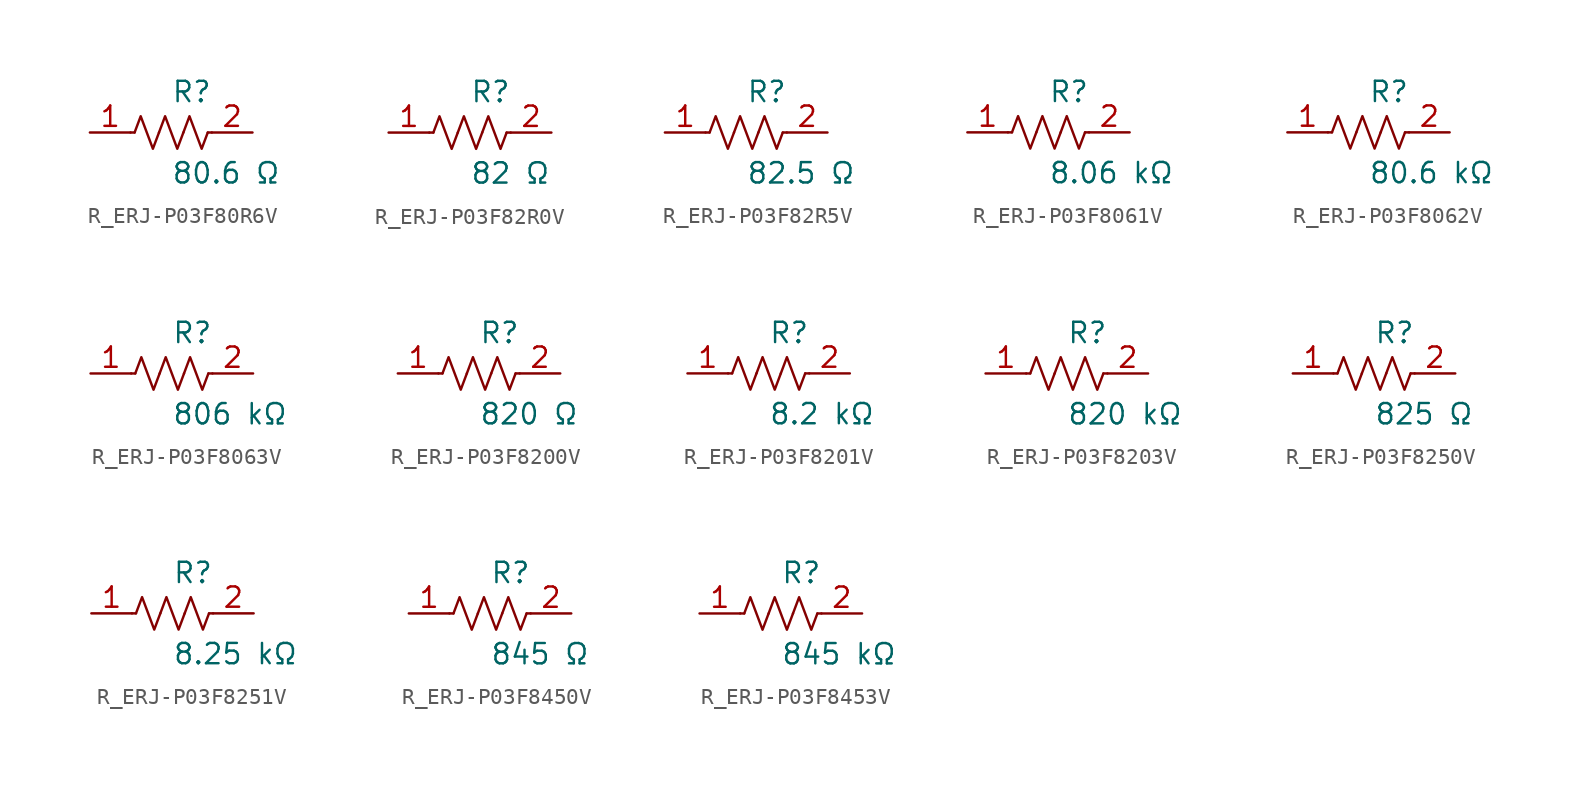
<source format=kicad_sym>
(kicad_symbol_lib
  (version 20231120)
  (generator kicad_symbol_editor)
  (generator_version 8.0)
  (symbol "R_ERJ-P03F80R6V"
    (pin_names
      (offset 0.254))
    (property "Reference" "R"
      (at 0.0 2.54 0)
      (effects (font (size 1.27 1.27)) (justify left)))
    (property "Value" "80.6 Ω"
      (at 0.0 -2.54 0)
      (effects (font (size 1.27 1.27)) (justify left)))
    (symbol "R_ERJ-P03F80R6V_0_1"
      (polyline (pts (xy 2.286 0) (xy 2.54 0)) (stroke (width 0) (type default)) (fill (type none)))
      (polyline (pts (xy -2.286 0) (xy -2.54 0)) (stroke (width 0) (type default)) (fill (type none)))
      (polyline (pts (xy 0.762 0) (xy 1.143 1.016) (xy 1.524 0) (xy 1.905 -1.016) (xy 2.286 0)) (stroke (width 0) (type default)) (fill (type none)))
      (polyline (pts (xy -0.762 0) (xy -0.381 1.016) (xy 0 0) (xy 0.381 -1.016) (xy 0.762 0)) (stroke (width 0) (type default)) (fill (type none)))
      (polyline (pts (xy -2.286 0) (xy -1.905 1.016) (xy -1.524 0) (xy -1.143 -1.016) (xy -0.762 0)) (stroke (width 0) (type default)) (fill (type none))))
    (pin unspecified line
      (at -5.08 0 0)
      (length 2.54)
      (name "" (effects (font (size 1.27 1.27))))
      (number "1" (effects (font (size 1.27 1.27)))))
    (pin unspecified line
      (at 5.08 0 180)
      (length 2.54)
      (name "" (effects (font (size 1.27 1.27))))
      (number "2" (effects (font (size 1.27 1.27))))))
  (symbol "R_ERJ-P03F82R0V"
    (pin_names
      (offset 0.254))
    (property "Reference" "R"
      (at 0.0 2.54 0)
      (effects (font (size 1.27 1.27)) (justify left)))
    (property "Value" "82 Ω"
      (at 0.0 -2.54 0)
      (effects (font (size 1.27 1.27)) (justify left)))
    (symbol "R_ERJ-P03F82R0V_0_1"
      (polyline (pts (xy 2.286 0) (xy 2.54 0)) (stroke (width 0) (type default)) (fill (type none)))
      (polyline (pts (xy -2.286 0) (xy -2.54 0)) (stroke (width 0) (type default)) (fill (type none)))
      (polyline (pts (xy 0.762 0) (xy 1.143 1.016) (xy 1.524 0) (xy 1.905 -1.016) (xy 2.286 0)) (stroke (width 0) (type default)) (fill (type none)))
      (polyline (pts (xy -0.762 0) (xy -0.381 1.016) (xy 0 0) (xy 0.381 -1.016) (xy 0.762 0)) (stroke (width 0) (type default)) (fill (type none)))
      (polyline (pts (xy -2.286 0) (xy -1.905 1.016) (xy -1.524 0) (xy -1.143 -1.016) (xy -0.762 0)) (stroke (width 0) (type default)) (fill (type none))))
    (pin unspecified line
      (at -5.08 0 0)
      (length 2.54)
      (name "" (effects (font (size 1.27 1.27))))
      (number "1" (effects (font (size 1.27 1.27)))))
    (pin unspecified line
      (at 5.08 0 180)
      (length 2.54)
      (name "" (effects (font (size 1.27 1.27))))
      (number "2" (effects (font (size 1.27 1.27))))))
  (symbol "R_ERJ-P03F82R5V"
    (pin_names
      (offset 0.254))
    (property "Reference" "R"
      (at 0.0 2.54 0)
      (effects (font (size 1.27 1.27)) (justify left)))
    (property "Value" "82.5 Ω"
      (at 0.0 -2.54 0)
      (effects (font (size 1.27 1.27)) (justify left)))
    (symbol "R_ERJ-P03F82R5V_0_1"
      (polyline (pts (xy 2.286 0) (xy 2.54 0)) (stroke (width 0) (type default)) (fill (type none)))
      (polyline (pts (xy -2.286 0) (xy -2.54 0)) (stroke (width 0) (type default)) (fill (type none)))
      (polyline (pts (xy 0.762 0) (xy 1.143 1.016) (xy 1.524 0) (xy 1.905 -1.016) (xy 2.286 0)) (stroke (width 0) (type default)) (fill (type none)))
      (polyline (pts (xy -0.762 0) (xy -0.381 1.016) (xy 0 0) (xy 0.381 -1.016) (xy 0.762 0)) (stroke (width 0) (type default)) (fill (type none)))
      (polyline (pts (xy -2.286 0) (xy -1.905 1.016) (xy -1.524 0) (xy -1.143 -1.016) (xy -0.762 0)) (stroke (width 0) (type default)) (fill (type none))))
    (pin unspecified line
      (at -5.08 0 0)
      (length 2.54)
      (name "" (effects (font (size 1.27 1.27))))
      (number "1" (effects (font (size 1.27 1.27)))))
    (pin unspecified line
      (at 5.08 0 180)
      (length 2.54)
      (name "" (effects (font (size 1.27 1.27))))
      (number "2" (effects (font (size 1.27 1.27))))))
  (symbol "R_ERJ-P03F8061V"
    (pin_names
      (offset 0.254))
    (property "Reference" "R"
      (at 0.0 2.54 0)
      (effects (font (size 1.27 1.27)) (justify left)))
    (property "Value" "8.06 kΩ"
      (at 0.0 -2.54 0)
      (effects (font (size 1.27 1.27)) (justify left)))
    (symbol "R_ERJ-P03F8061V_0_1"
      (polyline (pts (xy 2.286 0) (xy 2.54 0)) (stroke (width 0) (type default)) (fill (type none)))
      (polyline (pts (xy -2.286 0) (xy -2.54 0)) (stroke (width 0) (type default)) (fill (type none)))
      (polyline (pts (xy 0.762 0) (xy 1.143 1.016) (xy 1.524 0) (xy 1.905 -1.016) (xy 2.286 0)) (stroke (width 0) (type default)) (fill (type none)))
      (polyline (pts (xy -0.762 0) (xy -0.381 1.016) (xy 0 0) (xy 0.381 -1.016) (xy 0.762 0)) (stroke (width 0) (type default)) (fill (type none)))
      (polyline (pts (xy -2.286 0) (xy -1.905 1.016) (xy -1.524 0) (xy -1.143 -1.016) (xy -0.762 0)) (stroke (width 0) (type default)) (fill (type none))))
    (pin unspecified line
      (at -5.08 0 0)
      (length 2.54)
      (name "" (effects (font (size 1.27 1.27))))
      (number "1" (effects (font (size 1.27 1.27)))))
    (pin unspecified line
      (at 5.08 0 180)
      (length 2.54)
      (name "" (effects (font (size 1.27 1.27))))
      (number "2" (effects (font (size 1.27 1.27))))))
  (symbol "R_ERJ-P03F8062V"
    (pin_names
      (offset 0.254))
    (property "Reference" "R"
      (at 0.0 2.54 0)
      (effects (font (size 1.27 1.27)) (justify left)))
    (property "Value" "80.6 kΩ"
      (at 0.0 -2.54 0)
      (effects (font (size 1.27 1.27)) (justify left)))
    (symbol "R_ERJ-P03F8062V_0_1"
      (polyline (pts (xy 2.286 0) (xy 2.54 0)) (stroke (width 0) (type default)) (fill (type none)))
      (polyline (pts (xy -2.286 0) (xy -2.54 0)) (stroke (width 0) (type default)) (fill (type none)))
      (polyline (pts (xy 0.762 0) (xy 1.143 1.016) (xy 1.524 0) (xy 1.905 -1.016) (xy 2.286 0)) (stroke (width 0) (type default)) (fill (type none)))
      (polyline (pts (xy -0.762 0) (xy -0.381 1.016) (xy 0 0) (xy 0.381 -1.016) (xy 0.762 0)) (stroke (width 0) (type default)) (fill (type none)))
      (polyline (pts (xy -2.286 0) (xy -1.905 1.016) (xy -1.524 0) (xy -1.143 -1.016) (xy -0.762 0)) (stroke (width 0) (type default)) (fill (type none))))
    (pin unspecified line
      (at -5.08 0 0)
      (length 2.54)
      (name "" (effects (font (size 1.27 1.27))))
      (number "1" (effects (font (size 1.27 1.27)))))
    (pin unspecified line
      (at 5.08 0 180)
      (length 2.54)
      (name "" (effects (font (size 1.27 1.27))))
      (number "2" (effects (font (size 1.27 1.27))))))
  (symbol "R_ERJ-P03F8063V"
    (pin_names
      (offset 0.254))
    (property "Reference" "R"
      (at 0.0 2.54 0)
      (effects (font (size 1.27 1.27)) (justify left)))
    (property "Value" "806 kΩ"
      (at 0.0 -2.54 0)
      (effects (font (size 1.27 1.27)) (justify left)))
    (symbol "R_ERJ-P03F8063V_0_1"
      (polyline (pts (xy 2.286 0) (xy 2.54 0)) (stroke (width 0) (type default)) (fill (type none)))
      (polyline (pts (xy -2.286 0) (xy -2.54 0)) (stroke (width 0) (type default)) (fill (type none)))
      (polyline (pts (xy 0.762 0) (xy 1.143 1.016) (xy 1.524 0) (xy 1.905 -1.016) (xy 2.286 0)) (stroke (width 0) (type default)) (fill (type none)))
      (polyline (pts (xy -0.762 0) (xy -0.381 1.016) (xy 0 0) (xy 0.381 -1.016) (xy 0.762 0)) (stroke (width 0) (type default)) (fill (type none)))
      (polyline (pts (xy -2.286 0) (xy -1.905 1.016) (xy -1.524 0) (xy -1.143 -1.016) (xy -0.762 0)) (stroke (width 0) (type default)) (fill (type none))))
    (pin unspecified line
      (at -5.08 0 0)
      (length 2.54)
      (name "" (effects (font (size 1.27 1.27))))
      (number "1" (effects (font (size 1.27 1.27)))))
    (pin unspecified line
      (at 5.08 0 180)
      (length 2.54)
      (name "" (effects (font (size 1.27 1.27))))
      (number "2" (effects (font (size 1.27 1.27))))))
  (symbol "R_ERJ-P03F8200V"
    (pin_names
      (offset 0.254))
    (property "Reference" "R"
      (at 0.0 2.54 0)
      (effects (font (size 1.27 1.27)) (justify left)))
    (property "Value" "820 Ω"
      (at 0.0 -2.54 0)
      (effects (font (size 1.27 1.27)) (justify left)))
    (symbol "R_ERJ-P03F8200V_0_1"
      (polyline (pts (xy 2.286 0) (xy 2.54 0)) (stroke (width 0) (type default)) (fill (type none)))
      (polyline (pts (xy -2.286 0) (xy -2.54 0)) (stroke (width 0) (type default)) (fill (type none)))
      (polyline (pts (xy 0.762 0) (xy 1.143 1.016) (xy 1.524 0) (xy 1.905 -1.016) (xy 2.286 0)) (stroke (width 0) (type default)) (fill (type none)))
      (polyline (pts (xy -0.762 0) (xy -0.381 1.016) (xy 0 0) (xy 0.381 -1.016) (xy 0.762 0)) (stroke (width 0) (type default)) (fill (type none)))
      (polyline (pts (xy -2.286 0) (xy -1.905 1.016) (xy -1.524 0) (xy -1.143 -1.016) (xy -0.762 0)) (stroke (width 0) (type default)) (fill (type none))))
    (pin unspecified line
      (at -5.08 0 0)
      (length 2.54)
      (name "" (effects (font (size 1.27 1.27))))
      (number "1" (effects (font (size 1.27 1.27)))))
    (pin unspecified line
      (at 5.08 0 180)
      (length 2.54)
      (name "" (effects (font (size 1.27 1.27))))
      (number "2" (effects (font (size 1.27 1.27))))))
  (symbol "R_ERJ-P03F8201V"
    (pin_names
      (offset 0.254))
    (property "Reference" "R"
      (at 0.0 2.54 0)
      (effects (font (size 1.27 1.27)) (justify left)))
    (property "Value" "8.2 kΩ"
      (at 0.0 -2.54 0)
      (effects (font (size 1.27 1.27)) (justify left)))
    (symbol "R_ERJ-P03F8201V_0_1"
      (polyline (pts (xy 2.286 0) (xy 2.54 0)) (stroke (width 0) (type default)) (fill (type none)))
      (polyline (pts (xy -2.286 0) (xy -2.54 0)) (stroke (width 0) (type default)) (fill (type none)))
      (polyline (pts (xy 0.762 0) (xy 1.143 1.016) (xy 1.524 0) (xy 1.905 -1.016) (xy 2.286 0)) (stroke (width 0) (type default)) (fill (type none)))
      (polyline (pts (xy -0.762 0) (xy -0.381 1.016) (xy 0 0) (xy 0.381 -1.016) (xy 0.762 0)) (stroke (width 0) (type default)) (fill (type none)))
      (polyline (pts (xy -2.286 0) (xy -1.905 1.016) (xy -1.524 0) (xy -1.143 -1.016) (xy -0.762 0)) (stroke (width 0) (type default)) (fill (type none))))
    (pin unspecified line
      (at -5.08 0 0)
      (length 2.54)
      (name "" (effects (font (size 1.27 1.27))))
      (number "1" (effects (font (size 1.27 1.27)))))
    (pin unspecified line
      (at 5.08 0 180)
      (length 2.54)
      (name "" (effects (font (size 1.27 1.27))))
      (number "2" (effects (font (size 1.27 1.27))))))
  (symbol "R_ERJ-P03F8203V"
    (pin_names
      (offset 0.254))
    (property "Reference" "R"
      (at 0.0 2.54 0)
      (effects (font (size 1.27 1.27)) (justify left)))
    (property "Value" "820 kΩ"
      (at 0.0 -2.54 0)
      (effects (font (size 1.27 1.27)) (justify left)))
    (symbol "R_ERJ-P03F8203V_0_1"
      (polyline (pts (xy 2.286 0) (xy 2.54 0)) (stroke (width 0) (type default)) (fill (type none)))
      (polyline (pts (xy -2.286 0) (xy -2.54 0)) (stroke (width 0) (type default)) (fill (type none)))
      (polyline (pts (xy 0.762 0) (xy 1.143 1.016) (xy 1.524 0) (xy 1.905 -1.016) (xy 2.286 0)) (stroke (width 0) (type default)) (fill (type none)))
      (polyline (pts (xy -0.762 0) (xy -0.381 1.016) (xy 0 0) (xy 0.381 -1.016) (xy 0.762 0)) (stroke (width 0) (type default)) (fill (type none)))
      (polyline (pts (xy -2.286 0) (xy -1.905 1.016) (xy -1.524 0) (xy -1.143 -1.016) (xy -0.762 0)) (stroke (width 0) (type default)) (fill (type none))))
    (pin unspecified line
      (at -5.08 0 0)
      (length 2.54)
      (name "" (effects (font (size 1.27 1.27))))
      (number "1" (effects (font (size 1.27 1.27)))))
    (pin unspecified line
      (at 5.08 0 180)
      (length 2.54)
      (name "" (effects (font (size 1.27 1.27))))
      (number "2" (effects (font (size 1.27 1.27))))))
  (symbol "R_ERJ-P03F8250V"
    (pin_names
      (offset 0.254))
    (property "Reference" "R"
      (at 0.0 2.54 0)
      (effects (font (size 1.27 1.27)) (justify left)))
    (property "Value" "825 Ω"
      (at 0.0 -2.54 0)
      (effects (font (size 1.27 1.27)) (justify left)))
    (symbol "R_ERJ-P03F8250V_0_1"
      (polyline (pts (xy 2.286 0) (xy 2.54 0)) (stroke (width 0) (type default)) (fill (type none)))
      (polyline (pts (xy -2.286 0) (xy -2.54 0)) (stroke (width 0) (type default)) (fill (type none)))
      (polyline (pts (xy 0.762 0) (xy 1.143 1.016) (xy 1.524 0) (xy 1.905 -1.016) (xy 2.286 0)) (stroke (width 0) (type default)) (fill (type none)))
      (polyline (pts (xy -0.762 0) (xy -0.381 1.016) (xy 0 0) (xy 0.381 -1.016) (xy 0.762 0)) (stroke (width 0) (type default)) (fill (type none)))
      (polyline (pts (xy -2.286 0) (xy -1.905 1.016) (xy -1.524 0) (xy -1.143 -1.016) (xy -0.762 0)) (stroke (width 0) (type default)) (fill (type none))))
    (pin unspecified line
      (at -5.08 0 0)
      (length 2.54)
      (name "" (effects (font (size 1.27 1.27))))
      (number "1" (effects (font (size 1.27 1.27)))))
    (pin unspecified line
      (at 5.08 0 180)
      (length 2.54)
      (name "" (effects (font (size 1.27 1.27))))
      (number "2" (effects (font (size 1.27 1.27))))))
  (symbol "R_ERJ-P03F8251V"
    (pin_names
      (offset 0.254))
    (property "Reference" "R"
      (at 0.0 2.54 0)
      (effects (font (size 1.27 1.27)) (justify left)))
    (property "Value" "8.25 kΩ"
      (at 0.0 -2.54 0)
      (effects (font (size 1.27 1.27)) (justify left)))
    (symbol "R_ERJ-P03F8251V_0_1"
      (polyline (pts (xy 2.286 0) (xy 2.54 0)) (stroke (width 0) (type default)) (fill (type none)))
      (polyline (pts (xy -2.286 0) (xy -2.54 0)) (stroke (width 0) (type default)) (fill (type none)))
      (polyline (pts (xy 0.762 0) (xy 1.143 1.016) (xy 1.524 0) (xy 1.905 -1.016) (xy 2.286 0)) (stroke (width 0) (type default)) (fill (type none)))
      (polyline (pts (xy -0.762 0) (xy -0.381 1.016) (xy 0 0) (xy 0.381 -1.016) (xy 0.762 0)) (stroke (width 0) (type default)) (fill (type none)))
      (polyline (pts (xy -2.286 0) (xy -1.905 1.016) (xy -1.524 0) (xy -1.143 -1.016) (xy -0.762 0)) (stroke (width 0) (type default)) (fill (type none))))
    (pin unspecified line
      (at -5.08 0 0)
      (length 2.54)
      (name "" (effects (font (size 1.27 1.27))))
      (number "1" (effects (font (size 1.27 1.27)))))
    (pin unspecified line
      (at 5.08 0 180)
      (length 2.54)
      (name "" (effects (font (size 1.27 1.27))))
      (number "2" (effects (font (size 1.27 1.27))))))
  (symbol "R_ERJ-P03F8450V"
    (pin_names
      (offset 0.254))
    (property "Reference" "R"
      (at 0.0 2.54 0)
      (effects (font (size 1.27 1.27)) (justify left)))
    (property "Value" "845 Ω"
      (at 0.0 -2.54 0)
      (effects (font (size 1.27 1.27)) (justify left)))
    (symbol "R_ERJ-P03F8450V_0_1"
      (polyline (pts (xy 2.286 0) (xy 2.54 0)) (stroke (width 0) (type default)) (fill (type none)))
      (polyline (pts (xy -2.286 0) (xy -2.54 0)) (stroke (width 0) (type default)) (fill (type none)))
      (polyline (pts (xy 0.762 0) (xy 1.143 1.016) (xy 1.524 0) (xy 1.905 -1.016) (xy 2.286 0)) (stroke (width 0) (type default)) (fill (type none)))
      (polyline (pts (xy -0.762 0) (xy -0.381 1.016) (xy 0 0) (xy 0.381 -1.016) (xy 0.762 0)) (stroke (width 0) (type default)) (fill (type none)))
      (polyline (pts (xy -2.286 0) (xy -1.905 1.016) (xy -1.524 0) (xy -1.143 -1.016) (xy -0.762 0)) (stroke (width 0) (type default)) (fill (type none))))
    (pin unspecified line
      (at -5.08 0 0)
      (length 2.54)
      (name "" (effects (font (size 1.27 1.27))))
      (number "1" (effects (font (size 1.27 1.27)))))
    (pin unspecified line
      (at 5.08 0 180)
      (length 2.54)
      (name "" (effects (font (size 1.27 1.27))))
      (number "2" (effects (font (size 1.27 1.27))))))
  (symbol "R_ERJ-P03F8453V"
    (pin_names
      (offset 0.254))
    (property "Reference" "R"
      (at 0.0 2.54 0)
      (effects (font (size 1.27 1.27)) (justify left)))
    (property "Value" "845 kΩ"
      (at 0.0 -2.54 0)
      (effects (font (size 1.27 1.27)) (justify left)))
    (symbol "R_ERJ-P03F8453V_0_1"
      (polyline (pts (xy 2.286 0) (xy 2.54 0)) (stroke (width 0) (type default)) (fill (type none)))
      (polyline (pts (xy -2.286 0) (xy -2.54 0)) (stroke (width 0) (type default)) (fill (type none)))
      (polyline (pts (xy 0.762 0) (xy 1.143 1.016) (xy 1.524 0) (xy 1.905 -1.016) (xy 2.286 0)) (stroke (width 0) (type default)) (fill (type none)))
      (polyline (pts (xy -0.762 0) (xy -0.381 1.016) (xy 0 0) (xy 0.381 -1.016) (xy 0.762 0)) (stroke (width 0) (type default)) (fill (type none)))
      (polyline (pts (xy -2.286 0) (xy -1.905 1.016) (xy -1.524 0) (xy -1.143 -1.016) (xy -0.762 0)) (stroke (width 0) (type default)) (fill (type none))))
    (pin unspecified line
      (at -5.08 0 0)
      (length 2.54)
      (name "" (effects (font (size 1.27 1.27))))
      (number "1" (effects (font (size 1.27 1.27)))))
    (pin unspecified line
      (at 5.08 0 180)
      (length 2.54)
      (name "" (effects (font (size 1.27 1.27))))
      (number "2" (effects (font (size 1.27 1.27)))))))
</source>
